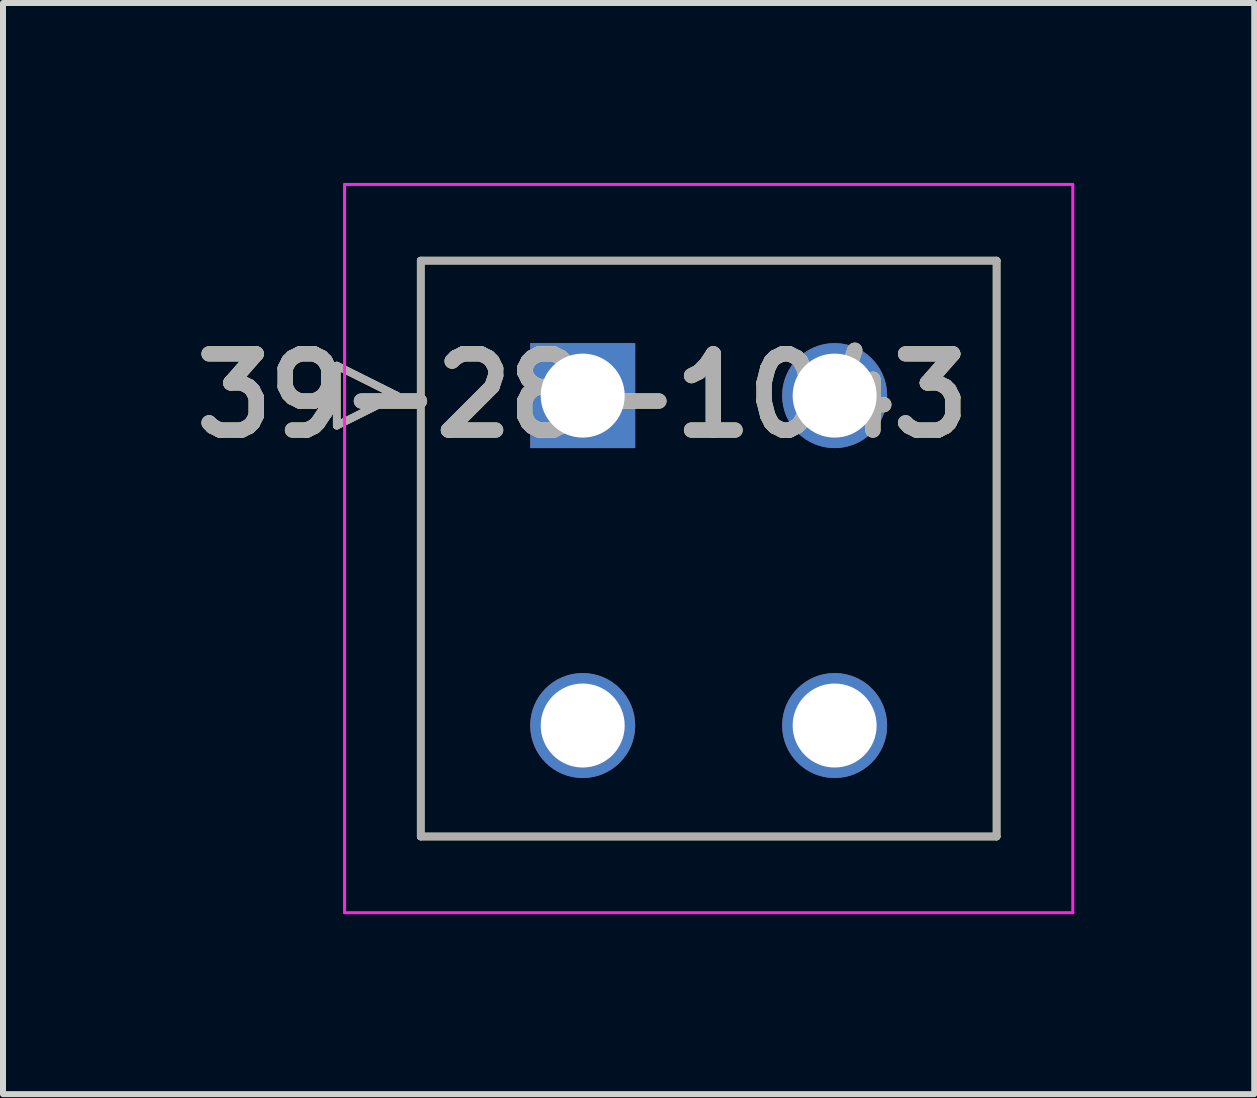
<source format=kicad_pcb>
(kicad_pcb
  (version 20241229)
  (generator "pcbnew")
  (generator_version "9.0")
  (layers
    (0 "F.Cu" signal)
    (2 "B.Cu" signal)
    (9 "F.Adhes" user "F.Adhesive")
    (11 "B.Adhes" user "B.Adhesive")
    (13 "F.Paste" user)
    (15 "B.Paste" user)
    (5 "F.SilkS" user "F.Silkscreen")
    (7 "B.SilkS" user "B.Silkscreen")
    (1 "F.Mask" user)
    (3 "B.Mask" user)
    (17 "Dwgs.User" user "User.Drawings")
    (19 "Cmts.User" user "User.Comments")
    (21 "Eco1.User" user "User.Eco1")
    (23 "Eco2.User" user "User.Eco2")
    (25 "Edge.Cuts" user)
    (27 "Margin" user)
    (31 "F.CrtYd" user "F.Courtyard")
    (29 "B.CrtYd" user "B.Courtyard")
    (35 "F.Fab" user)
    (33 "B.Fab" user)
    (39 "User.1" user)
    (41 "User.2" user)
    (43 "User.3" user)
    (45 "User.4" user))
  (footprint "39-28-1043"
    (layer "F.Cu")
    (at 6.664 3.545)
    (property "Reference" "39-28-1043" (at 0 0 0) (layer "F.SilkS") (effects (font (size 1.27 1.27) (thickness 0.254))))
    (attr through_hole)
    (fp_line (start -4.1 -0.5) (end -3.1 0) (stroke (width 0.127) (type solid)) (layer "F.SilkS"))
    (fp_line (start -4.1 0.5) (end -4.1 -0.5) (stroke (width 0.127) (type solid)) (layer "F.SilkS"))
    (fp_line (start -3.1 0) (end -4.1 0.5) (stroke (width 0.127) (type solid)) (layer "F.SilkS"))
    (fp_line (start -2.7 -2.25) (end 6.9 -2.25) (stroke (width 0.127) (type solid)) (layer "F.SilkS"))
    (fp_line (start -2.7 7.35) (end -2.7 -2.25) (stroke (width 0.127) (type solid)) (layer "F.SilkS"))
    (fp_line (start 6.9 -2.25) (end 6.9 7.35) (stroke (width 0.127) (type solid)) (layer "F.SilkS"))
    (fp_line (start 6.9 7.35) (end -2.7 7.35) (stroke (width 0.127) (type solid)) (layer "F.SilkS"))
    (fp_line (start -3.97 -3.52) (end 8.17 -3.52) (stroke (width 0.05) (type solid)) (layer "F.CrtYd"))
    (fp_line (start -3.97 8.62) (end -3.97 -3.52) (stroke (width 0.05) (type solid)) (layer "F.CrtYd"))
    (fp_line (start 8.17 -3.52) (end 8.17 8.62) (stroke (width 0.05) (type solid)) (layer "F.CrtYd"))
    (fp_line (start 8.17 8.62) (end -3.97 8.62) (stroke (width 0.05) (type solid)) (layer "F.CrtYd"))
    (fp_line (start -4.1 -0.5) (end -3.1 0) (stroke (width 0.127) (type solid)) (layer "F.Fab"))
    (fp_line (start -4.1 0.5) (end -4.1 -0.5) (stroke (width 0.127) (type solid)) (layer "F.Fab"))
    (fp_line (start -3.1 0) (end -4.1 0.5) (stroke (width 0.127) (type solid)) (layer "F.Fab"))
    (fp_line (start -2.7 -2.25) (end 6.9 -2.25) (stroke (width 0.127) (type solid)) (layer "F.Fab"))
    (fp_line (start -2.7 7.35) (end -2.7 -2.25) (stroke (width 0.127) (type solid)) (layer "F.Fab"))
    (fp_line (start 6.9 -2.25) (end 6.9 7.35) (stroke (width 0.127) (type solid)) (layer "F.Fab"))
    (fp_line (start 6.9 7.35) (end -2.7 7.35) (stroke (width 0.127) (type solid)) (layer "F.Fab"))
    (fp_text user "${REFERENCE}" (at 0 0 0) (layer "F.Fab") (effects (font (size 1.27 1.27) (thickness 0.254))))
    (pad "1" thru_hole rect (at 0 0) (size 1.75 1.75) (drill 1.4) (layers "*.Cu" "*.Mask"))
    (pad "2" thru_hole circle (at 4.2 0) (size 1.75 1.75) (drill 1.4) (layers "*.Cu" "*.Mask"))
    (pad "3" thru_hole circle (at 0 5.5) (size 1.75 1.75) (drill 1.4) (layers "*.Cu" "*.Mask"))
    (pad "4" thru_hole circle (at 4.2 5.5) (size 1.75 1.75) (drill 1.4) (layers "*.Cu" "*.Mask")))
  (gr_rect
    (start -3 -3)
    (end 17.859 15.19)
    (stroke (width 0.1) (type default))
    (fill no)
    (layer "Edge.Cuts")))
</source>
